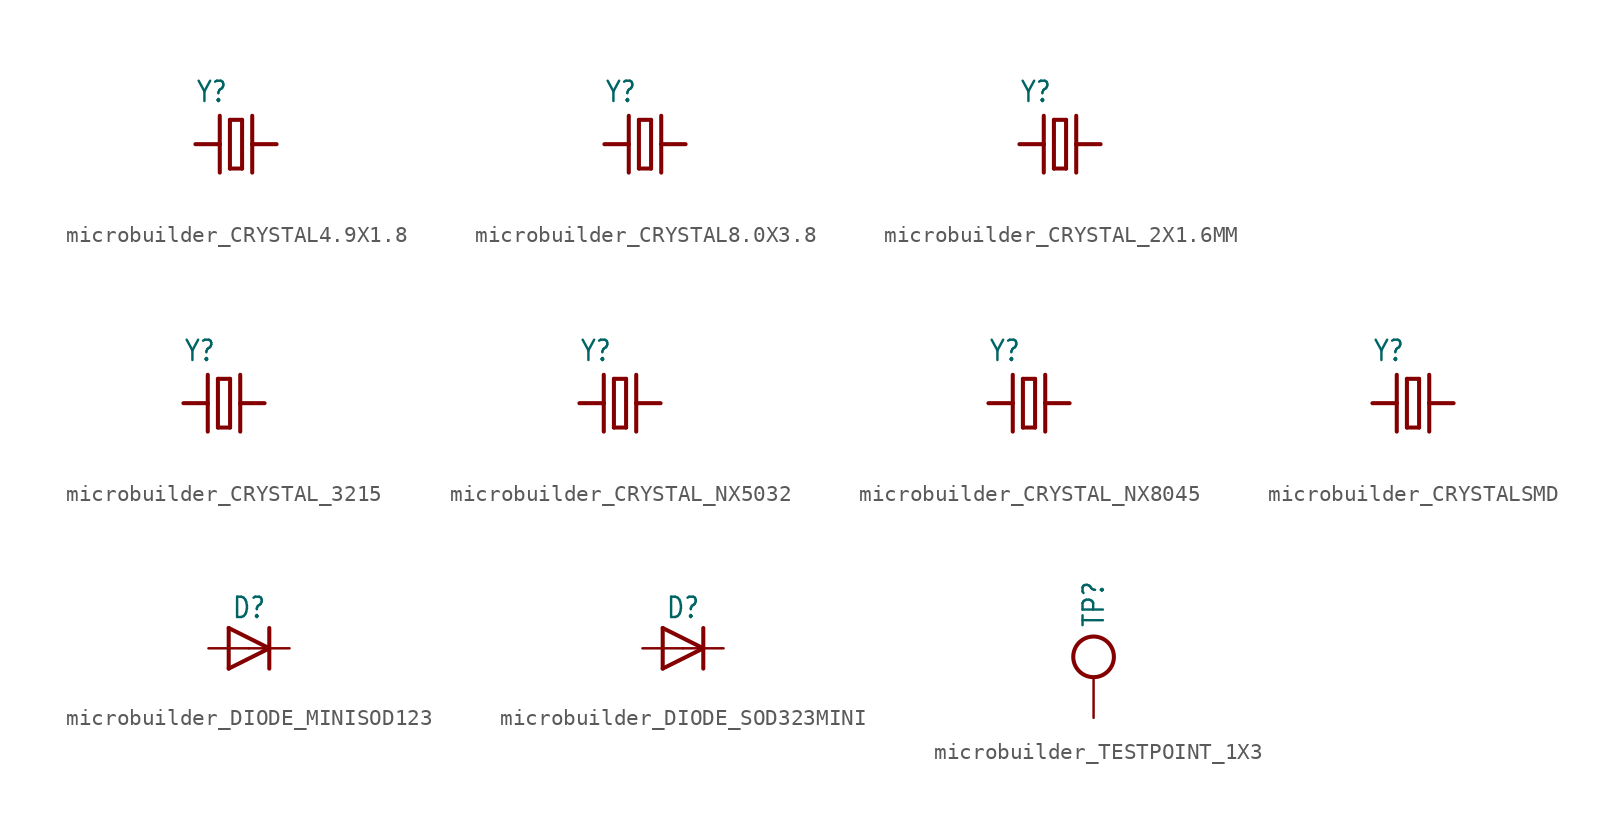
<source format=kicad_sym>
(kicad_symbol_lib
  (version 20241209)
  (generator "kicad_symbol_editor")
  (generator_version "9.0")
  (symbol "microbuilder_CRYSTAL4.9X1.8"
    (property "Reference" "Y"
      (at -2.54 2.54 0)
      (effects (font (size 1.27 1.079)) (justify left bottom)))
    (property "Value" ""
      (at -2.54 -3.81 0)
      (effects (font (size 1.27 1.079)) (justify left bottom)))
    (property "ki_locked" ""
      (at 0 0 0)
      (effects (font (size 1.27 1.27))))
    (symbol "microbuilder_CRYSTAL4.9X1.8_1_0"
      (polyline (pts (xy -2.54 0) (xy -1.016 0)) (stroke (width 0.254) (type solid)) (fill (type none)))
      (polyline (pts (xy -1.016 1.778) (xy -1.016 0)) (stroke (width 0.254) (type solid)) (fill (type none)))
      (polyline (pts (xy -1.016 0) (xy -1.016 -1.778)) (stroke (width 0.254) (type solid)) (fill (type none)))
      (polyline (pts (xy -0.381 1.524) (xy -0.381 -1.524)) (stroke (width 0.254) (type solid)) (fill (type none)))
      (polyline (pts (xy -0.381 -1.524) (xy 0.381 -1.524)) (stroke (width 0.254) (type solid)) (fill (type none)))
      (polyline (pts (xy 0.381 1.524) (xy -0.381 1.524)) (stroke (width 0.254) (type solid)) (fill (type none)))
      (polyline (pts (xy 0.381 -1.524) (xy 0.381 1.524)) (stroke (width 0.254) (type solid)) (fill (type none)))
      (polyline (pts (xy 1.016 1.778) (xy 1.016 0)) (stroke (width 0.254) (type solid)) (fill (type none)))
      (polyline (pts (xy 1.016 0) (xy 1.016 -1.778)) (stroke (width 0.254) (type solid)) (fill (type none)))
      (polyline (pts (xy 2.54 0) (xy 1.016 0)) (stroke (width 0.254) (type solid)) (fill (type none)))
      (pin passive line (at -2.54 0 0) (length 0) (name "1" (effects (font (size 0 0)))) (number "1" (effects (font (size 0 0)))))
      (pin passive line (at 2.54 0 180) (length 0) (name "2" (effects (font (size 0 0)))) (number "2" (effects (font (size 0 0)))))))
  (symbol "microbuilder_CRYSTAL8.0X3.8"
    (property "Reference" "Y"
      (at -2.54 2.54 0)
      (effects (font (size 1.27 1.079)) (justify left bottom)))
    (property "Value" ""
      (at -2.54 -3.81 0)
      (effects (font (size 1.27 1.079)) (justify left bottom)))
    (property "ki_locked" ""
      (at 0 0 0)
      (effects (font (size 1.27 1.27))))
    (symbol "microbuilder_CRYSTAL8.0X3.8_1_0"
      (polyline (pts (xy -2.54 0) (xy -1.016 0)) (stroke (width 0.254) (type solid)) (fill (type none)))
      (polyline (pts (xy -1.016 1.778) (xy -1.016 0)) (stroke (width 0.254) (type solid)) (fill (type none)))
      (polyline (pts (xy -1.016 0) (xy -1.016 -1.778)) (stroke (width 0.254) (type solid)) (fill (type none)))
      (polyline (pts (xy -0.381 1.524) (xy -0.381 -1.524)) (stroke (width 0.254) (type solid)) (fill (type none)))
      (polyline (pts (xy -0.381 -1.524) (xy 0.381 -1.524)) (stroke (width 0.254) (type solid)) (fill (type none)))
      (polyline (pts (xy 0.381 1.524) (xy -0.381 1.524)) (stroke (width 0.254) (type solid)) (fill (type none)))
      (polyline (pts (xy 0.381 -1.524) (xy 0.381 1.524)) (stroke (width 0.254) (type solid)) (fill (type none)))
      (polyline (pts (xy 1.016 1.778) (xy 1.016 0)) (stroke (width 0.254) (type solid)) (fill (type none)))
      (polyline (pts (xy 1.016 0) (xy 1.016 -1.778)) (stroke (width 0.254) (type solid)) (fill (type none)))
      (polyline (pts (xy 2.54 0) (xy 1.016 0)) (stroke (width 0.254) (type solid)) (fill (type none)))
      (pin passive line (at -2.54 0 0) (length 0) (name "1" (effects (font (size 0 0)))) (number "P$1" (effects (font (size 0 0)))))
      (pin passive line (at 2.54 0 180) (length 0) (name "2" (effects (font (size 0 0)))) (number "P$4" (effects (font (size 0 0)))))))
  (symbol "microbuilder_CRYSTAL_2X1.6MM"
    (property "Reference" "Y"
      (at -2.54 2.54 0)
      (effects (font (size 1.27 1.079)) (justify left bottom)))
    (property "Value" ""
      (at -2.54 -3.81 0)
      (effects (font (size 1.27 1.079)) (justify left bottom)))
    (property "ki_locked" ""
      (at 0 0 0)
      (effects (font (size 1.27 1.27))))
    (symbol "microbuilder_CRYSTAL_2X1.6MM_1_0"
      (polyline (pts (xy -2.54 0) (xy -1.016 0)) (stroke (width 0.254) (type solid)) (fill (type none)))
      (polyline (pts (xy -1.016 1.778) (xy -1.016 0)) (stroke (width 0.254) (type solid)) (fill (type none)))
      (polyline (pts (xy -1.016 0) (xy -1.016 -1.778)) (stroke (width 0.254) (type solid)) (fill (type none)))
      (polyline (pts (xy -0.381 1.524) (xy -0.381 -1.524)) (stroke (width 0.254) (type solid)) (fill (type none)))
      (polyline (pts (xy -0.381 -1.524) (xy 0.381 -1.524)) (stroke (width 0.254) (type solid)) (fill (type none)))
      (polyline (pts (xy 0.381 1.524) (xy -0.381 1.524)) (stroke (width 0.254) (type solid)) (fill (type none)))
      (polyline (pts (xy 0.381 -1.524) (xy 0.381 1.524)) (stroke (width 0.254) (type solid)) (fill (type none)))
      (polyline (pts (xy 1.016 1.778) (xy 1.016 0)) (stroke (width 0.254) (type solid)) (fill (type none)))
      (polyline (pts (xy 1.016 0) (xy 1.016 -1.778)) (stroke (width 0.254) (type solid)) (fill (type none)))
      (polyline (pts (xy 2.54 0) (xy 1.016 0)) (stroke (width 0.254) (type solid)) (fill (type none)))
      (pin passive line (at -2.54 0 0) (length 0) (name "1" (effects (font (size 0 0)))) (number "1" (effects (font (size 0 0)))))
      (pin passive line (at 2.54 0 180) (length 0) (name "2" (effects (font (size 0 0)))) (number "3" (effects (font (size 0 0)))))))
  (symbol "microbuilder_CRYSTAL_3215"
    (property "Reference" "Y"
      (at -2.54 2.54 0)
      (effects (font (size 1.27 1.079)) (justify left bottom)))
    (property "Value" ""
      (at -2.54 -3.81 0)
      (effects (font (size 1.27 1.079)) (justify left bottom)))
    (property "ki_locked" ""
      (at 0 0 0)
      (effects (font (size 1.27 1.27))))
    (symbol "microbuilder_CRYSTAL_3215_1_0"
      (polyline (pts (xy -2.54 0) (xy -1.016 0)) (stroke (width 0.254) (type solid)) (fill (type none)))
      (polyline (pts (xy -1.016 1.778) (xy -1.016 0)) (stroke (width 0.254) (type solid)) (fill (type none)))
      (polyline (pts (xy -1.016 0) (xy -1.016 -1.778)) (stroke (width 0.254) (type solid)) (fill (type none)))
      (polyline (pts (xy -0.381 1.524) (xy -0.381 -1.524)) (stroke (width 0.254) (type solid)) (fill (type none)))
      (polyline (pts (xy -0.381 -1.524) (xy 0.381 -1.524)) (stroke (width 0.254) (type solid)) (fill (type none)))
      (polyline (pts (xy 0.381 1.524) (xy -0.381 1.524)) (stroke (width 0.254) (type solid)) (fill (type none)))
      (polyline (pts (xy 0.381 -1.524) (xy 0.381 1.524)) (stroke (width 0.254) (type solid)) (fill (type none)))
      (polyline (pts (xy 1.016 1.778) (xy 1.016 0)) (stroke (width 0.254) (type solid)) (fill (type none)))
      (polyline (pts (xy 1.016 0) (xy 1.016 -1.778)) (stroke (width 0.254) (type solid)) (fill (type none)))
      (polyline (pts (xy 2.54 0) (xy 1.016 0)) (stroke (width 0.254) (type solid)) (fill (type none)))
      (pin passive line (at -2.54 0 0) (length 0) (name "1" (effects (font (size 0 0)))) (number "P$1" (effects (font (size 0 0)))))
      (pin passive line (at 2.54 0 180) (length 0) (name "2" (effects (font (size 0 0)))) (number "P$2" (effects (font (size 0 0)))))))
  (symbol "microbuilder_CRYSTAL_NX5032"
    (property "Reference" "Y"
      (at -2.54 2.54 0)
      (effects (font (size 1.27 1.079)) (justify left bottom)))
    (property "Value" ""
      (at -2.54 -3.81 0)
      (effects (font (size 1.27 1.079)) (justify left bottom)))
    (property "ki_locked" ""
      (at 0 0 0)
      (effects (font (size 1.27 1.27))))
    (symbol "microbuilder_CRYSTAL_NX5032_1_0"
      (polyline (pts (xy -2.54 0) (xy -1.016 0)) (stroke (width 0.254) (type solid)) (fill (type none)))
      (polyline (pts (xy -1.016 1.778) (xy -1.016 0)) (stroke (width 0.254) (type solid)) (fill (type none)))
      (polyline (pts (xy -1.016 0) (xy -1.016 -1.778)) (stroke (width 0.254) (type solid)) (fill (type none)))
      (polyline (pts (xy -0.381 1.524) (xy -0.381 -1.524)) (stroke (width 0.254) (type solid)) (fill (type none)))
      (polyline (pts (xy -0.381 -1.524) (xy 0.381 -1.524)) (stroke (width 0.254) (type solid)) (fill (type none)))
      (polyline (pts (xy 0.381 1.524) (xy -0.381 1.524)) (stroke (width 0.254) (type solid)) (fill (type none)))
      (polyline (pts (xy 0.381 -1.524) (xy 0.381 1.524)) (stroke (width 0.254) (type solid)) (fill (type none)))
      (polyline (pts (xy 1.016 1.778) (xy 1.016 0)) (stroke (width 0.254) (type solid)) (fill (type none)))
      (polyline (pts (xy 1.016 0) (xy 1.016 -1.778)) (stroke (width 0.254) (type solid)) (fill (type none)))
      (polyline (pts (xy 2.54 0) (xy 1.016 0)) (stroke (width 0.254) (type solid)) (fill (type none)))
      (pin passive line (at -2.54 0 0) (length 0) (name "1" (effects (font (size 0 0)))) (number "P$1" (effects (font (size 0 0)))))
      (pin passive line (at 2.54 0 180) (length 0) (name "2" (effects (font (size 0 0)))) (number "P$2" (effects (font (size 0 0)))))))
  (symbol "microbuilder_CRYSTAL_NX8045"
    (property "Reference" "Y"
      (at -2.54 2.54 0)
      (effects (font (size 1.27 1.079)) (justify left bottom)))
    (property "Value" ""
      (at -2.54 -3.81 0)
      (effects (font (size 1.27 1.079)) (justify left bottom)))
    (property "ki_locked" ""
      (at 0 0 0)
      (effects (font (size 1.27 1.27))))
    (symbol "microbuilder_CRYSTAL_NX8045_1_0"
      (polyline (pts (xy -2.54 0) (xy -1.016 0)) (stroke (width 0.254) (type solid)) (fill (type none)))
      (polyline (pts (xy -1.016 1.778) (xy -1.016 0)) (stroke (width 0.254) (type solid)) (fill (type none)))
      (polyline (pts (xy -1.016 0) (xy -1.016 -1.778)) (stroke (width 0.254) (type solid)) (fill (type none)))
      (polyline (pts (xy -0.381 1.524) (xy -0.381 -1.524)) (stroke (width 0.254) (type solid)) (fill (type none)))
      (polyline (pts (xy -0.381 -1.524) (xy 0.381 -1.524)) (stroke (width 0.254) (type solid)) (fill (type none)))
      (polyline (pts (xy 0.381 1.524) (xy -0.381 1.524)) (stroke (width 0.254) (type solid)) (fill (type none)))
      (polyline (pts (xy 0.381 -1.524) (xy 0.381 1.524)) (stroke (width 0.254) (type solid)) (fill (type none)))
      (polyline (pts (xy 1.016 1.778) (xy 1.016 0)) (stroke (width 0.254) (type solid)) (fill (type none)))
      (polyline (pts (xy 1.016 0) (xy 1.016 -1.778)) (stroke (width 0.254) (type solid)) (fill (type none)))
      (polyline (pts (xy 2.54 0) (xy 1.016 0)) (stroke (width 0.254) (type solid)) (fill (type none)))
      (pin passive line (at -2.54 0 0) (length 0) (name "1" (effects (font (size 0 0)))) (number "P$1" (effects (font (size 0 0)))))
      (pin passive line (at 2.54 0 180) (length 0) (name "2" (effects (font (size 0 0)))) (number "P$2" (effects (font (size 0 0)))))))
  (symbol "microbuilder_CRYSTALSMD"
    (property "Reference" "Y"
      (at -2.54 2.54 0)
      (effects (font (size 1.27 1.079)) (justify left bottom)))
    (property "Value" ""
      (at -2.54 -3.81 0)
      (effects (font (size 1.27 1.079)) (justify left bottom)))
    (property "ki_locked" ""
      (at 0 0 0)
      (effects (font (size 1.27 1.27))))
    (symbol "microbuilder_CRYSTALSMD_1_0"
      (polyline (pts (xy -2.54 0) (xy -1.016 0)) (stroke (width 0.254) (type solid)) (fill (type none)))
      (polyline (pts (xy -1.016 1.778) (xy -1.016 0)) (stroke (width 0.254) (type solid)) (fill (type none)))
      (polyline (pts (xy -1.016 0) (xy -1.016 -1.778)) (stroke (width 0.254) (type solid)) (fill (type none)))
      (polyline (pts (xy -0.381 1.524) (xy -0.381 -1.524)) (stroke (width 0.254) (type solid)) (fill (type none)))
      (polyline (pts (xy -0.381 -1.524) (xy 0.381 -1.524)) (stroke (width 0.254) (type solid)) (fill (type none)))
      (polyline (pts (xy 0.381 1.524) (xy -0.381 1.524)) (stroke (width 0.254) (type solid)) (fill (type none)))
      (polyline (pts (xy 0.381 -1.524) (xy 0.381 1.524)) (stroke (width 0.254) (type solid)) (fill (type none)))
      (polyline (pts (xy 1.016 1.778) (xy 1.016 0)) (stroke (width 0.254) (type solid)) (fill (type none)))
      (polyline (pts (xy 1.016 0) (xy 1.016 -1.778)) (stroke (width 0.254) (type solid)) (fill (type none)))
      (polyline (pts (xy 2.54 0) (xy 1.016 0)) (stroke (width 0.254) (type solid)) (fill (type none)))
      (pin passive line (at -2.54 0 0) (length 0) (name "1" (effects (font (size 0 0)))) (number "1" (effects (font (size 0 0)))))
      (pin passive line (at 2.54 0 180) (length 0) (name "2" (effects (font (size 0 0)))) (number "2" (effects (font (size 0 0)))))))
  (symbol "microbuilder_DIODE_MINISOD123"
    (property "Reference" "D"
      (at 0 2.54 0)
      (effects (font (size 1.27 1.079))))
    (property "Value" ""
      (at 0 -2.5 0)
      (effects (font (size 1.27 1.079))))
    (property "ki_locked" ""
      (at 0 0 0)
      (effects (font (size 1.27 1.27))))
    (symbol "microbuilder_DIODE_MINISOD123_1_0"
      (polyline (pts (xy -1.27 1.27) (xy -1.27 -1.27)) (stroke (width 0.254) (type solid)) (fill (type none)))
      (polyline (pts (xy -1.27 -1.27) (xy 1.27 0)) (stroke (width 0.254) (type solid)) (fill (type none)))
      (polyline (pts (xy 1.27 1.27) (xy 1.27 0)) (stroke (width 0.254) (type solid)) (fill (type none)))
      (polyline (pts (xy 1.27 0) (xy -1.27 1.27)) (stroke (width 0.254) (type solid)) (fill (type none)))
      (polyline (pts (xy 1.27 0) (xy 1.27 -1.27)) (stroke (width 0.254) (type solid)) (fill (type none)))
      (pin passive line (at -2.54 0 0) (length 2.54) (name "A" (effects (font (size 0 0)))) (number "A" (effects (font (size 0 0)))))
      (pin passive line (at 2.54 0 180) (length 2.54) (name "C" (effects (font (size 0 0)))) (number "C" (effects (font (size 0 0)))))))
  (symbol "microbuilder_DIODE_SOD323MINI"
    (property "Reference" "D"
      (at 0 2.54 0)
      (effects (font (size 1.27 1.079))))
    (property "Value" ""
      (at 0 -2.5 0)
      (effects (font (size 1.27 1.079))))
    (property "ki_locked" ""
      (at 0 0 0)
      (effects (font (size 1.27 1.27))))
    (symbol "microbuilder_DIODE_SOD323MINI_1_0"
      (polyline (pts (xy -1.27 1.27) (xy -1.27 -1.27)) (stroke (width 0.254) (type solid)) (fill (type none)))
      (polyline (pts (xy -1.27 -1.27) (xy 1.27 0)) (stroke (width 0.254) (type solid)) (fill (type none)))
      (polyline (pts (xy 1.27 1.27) (xy 1.27 0)) (stroke (width 0.254) (type solid)) (fill (type none)))
      (polyline (pts (xy 1.27 0) (xy -1.27 1.27)) (stroke (width 0.254) (type solid)) (fill (type none)))
      (polyline (pts (xy 1.27 0) (xy 1.27 -1.27)) (stroke (width 0.254) (type solid)) (fill (type none)))
      (pin passive line (at -2.54 0 0) (length 2.54) (name "A" (effects (font (size 0 0)))) (number "A" (effects (font (size 0 0)))))
      (pin passive line (at 2.54 0 180) (length 2.54) (name "C" (effects (font (size 0 0)))) (number "C" (effects (font (size 0 0)))))))
  (symbol "microbuilder_TESTPOINT_1X3"
    (property "Reference" "TP"
      (at 0 5.588 90)
      (effects (font (size 1.27 1.079)) (justify left)))
    (property "Value" ""
      (at 1.651 5.588 90)
      (effects (font (size 1.27 1.079)) (justify left)))
    (property "ki_locked" ""
      (at 0 0 0)
      (effects (font (size 1.27 1.27))))
    (symbol "microbuilder_TESTPOINT_1X3_1_0"
      (circle (center 0 3.81) (radius 1.27) (stroke (width 0.254) (type solid)) (fill (type none)))
      (pin bidirectional line (at 0 0 90) (length 2.54) (name "P$1" (effects (font (size 0 0)))) (number "P$1" (effects (font (size 0 0))))))))
</source>
